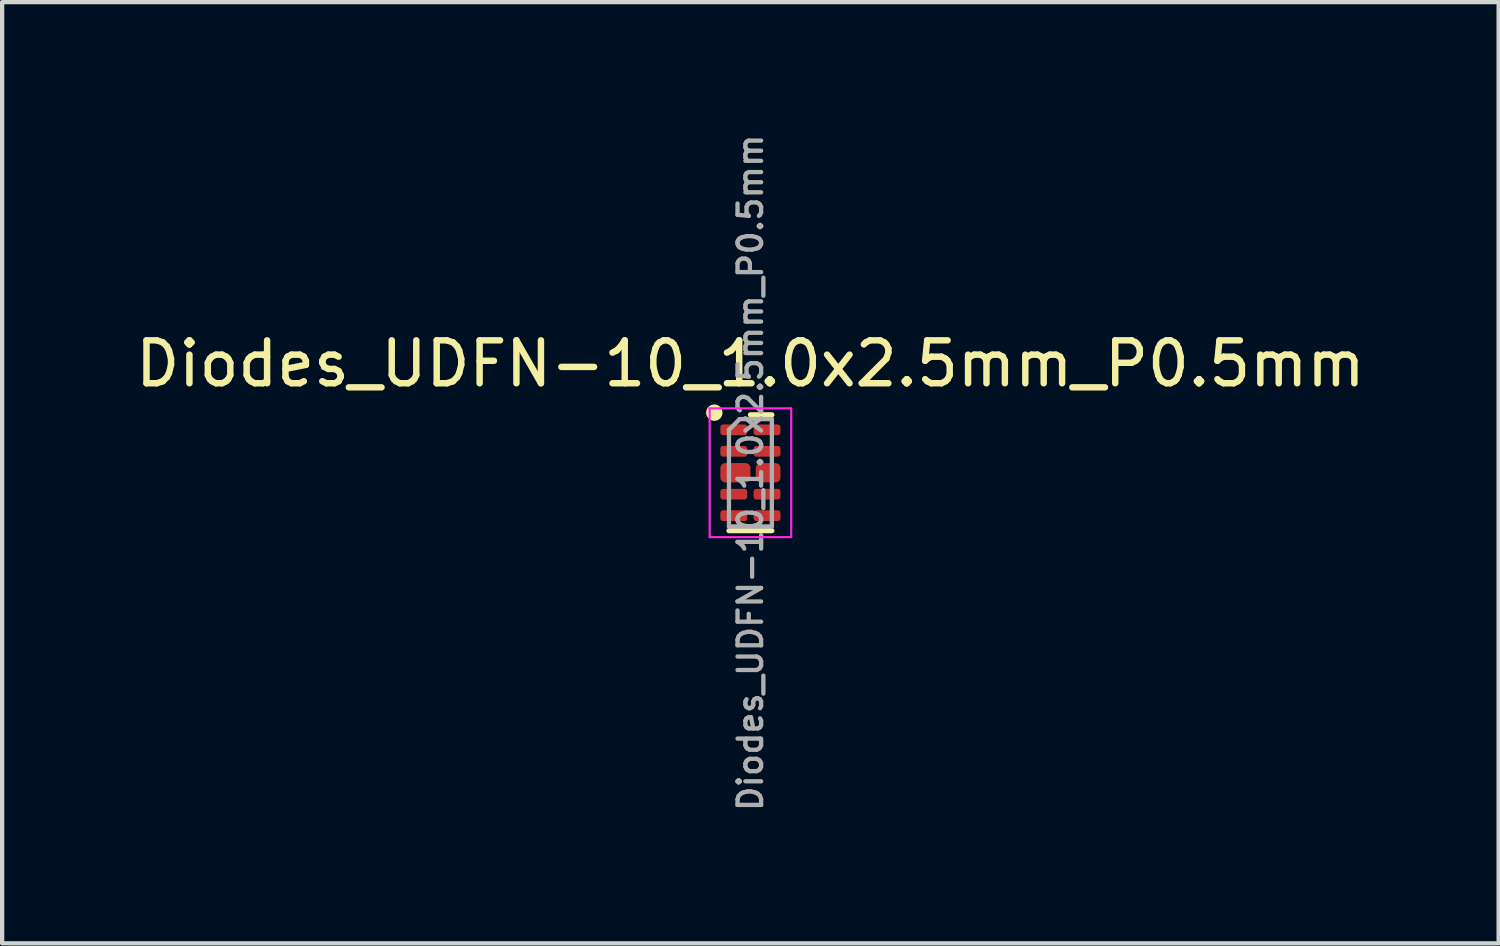
<source format=kicad_pcb>
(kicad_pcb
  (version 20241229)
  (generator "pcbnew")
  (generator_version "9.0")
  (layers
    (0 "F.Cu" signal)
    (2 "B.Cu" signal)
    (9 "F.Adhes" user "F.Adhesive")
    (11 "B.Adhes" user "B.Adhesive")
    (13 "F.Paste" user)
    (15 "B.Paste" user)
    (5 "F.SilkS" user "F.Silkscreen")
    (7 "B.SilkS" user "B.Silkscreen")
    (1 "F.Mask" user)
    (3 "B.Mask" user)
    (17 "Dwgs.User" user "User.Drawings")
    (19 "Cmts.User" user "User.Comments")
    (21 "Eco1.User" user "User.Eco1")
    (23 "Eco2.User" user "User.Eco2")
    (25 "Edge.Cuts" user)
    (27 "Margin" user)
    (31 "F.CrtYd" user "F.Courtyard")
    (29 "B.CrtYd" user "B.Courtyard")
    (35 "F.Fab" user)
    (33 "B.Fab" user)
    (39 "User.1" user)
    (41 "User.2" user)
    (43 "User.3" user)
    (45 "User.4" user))
  (footprint "Diodes_UDFN-10_1.0x2.5mm_P0.5mm"
    (layer "F.Cu")
    (at 14.435 7.965)
    (property "Reference" "Diodes_UDFN-10_1.0x2.5mm_P0.5mm" (at 0 -2.54 0) (layer "F.SilkS") (effects (font (size 1 1) (thickness 0.15))))
    (attr smd)
    (fp_line (start 0.5 -1.35) (end 0 -1.35) (stroke (width 0.12) (type solid)) (layer "F.SilkS"))
    (fp_line (start 0.5 1.35) (end -0.5 1.35) (stroke (width 0.12) (type solid)) (layer "F.SilkS"))
    (fp_circle (center -0.841 -1.4) (end -0.7 -1.4) (stroke (width 0.1) (type solid)) (fill yes) (layer "F.SilkS"))
    (fp_line (start -0.95 -1.5) (end 0.95 -1.5) (stroke (width 0.05) (type solid)) (layer "F.CrtYd"))
    (fp_line (start -0.95 1.5) (end -0.95 -1.5) (stroke (width 0.05) (type solid)) (layer "F.CrtYd"))
    (fp_line (start 0.95 -1.5) (end 0.95 1.5) (stroke (width 0.05) (type solid)) (layer "F.CrtYd"))
    (fp_line (start 0.95 1.5) (end -0.95 1.5) (stroke (width 0.05) (type solid)) (layer "F.CrtYd"))
    (fp_line (start -0.5 -1) (end -0.5 1.25) (stroke (width 0.1) (type solid)) (layer "F.Fab"))
    (fp_line (start -0.5 1.25) (end 0.5 1.25) (stroke (width 0.1) (type solid)) (layer "F.Fab"))
    (fp_line (start -0.25 -1.25) (end -0.5 -1) (stroke (width 0.1) (type solid)) (layer "F.Fab"))
    (fp_line (start 0.5 -1.25) (end -0.25 -1.25) (stroke (width 0.1) (type solid)) (layer "F.Fab"))
    (fp_line (start 0.5 -1.25) (end 0.5 1.25) (stroke (width 0.1) (type solid)) (layer "F.Fab"))
    (fp_text user "${REFERENCE}" (at 0 0 90) (layer "F.Fab") (effects (font (size 0.55 0.55) (thickness 0.1))))
    (pad "1" smd roundrect (at -0.388 -1 270) (size 0.25 0.625) (layers "F.Cu" "F.Mask" "F.Paste") (roundrect_rratio 0.25))
    (pad "2" smd roundrect (at -0.388 -0.5 270) (size 0.25 0.625) (layers "F.Cu" "F.Mask" "F.Paste") (roundrect_rratio 0.25))
    (pad "3" smd roundrect (at -0.35 0 270) (size 0.45 0.7) (layers "F.Cu" "F.Mask" "F.Paste") (roundrect_rratio 0.25))
    (pad "4" smd roundrect (at -0.388 0.5 270) (size 0.25 0.625) (layers "F.Cu" "F.Mask" "F.Paste") (roundrect_rratio 0.25))
    (pad "5" smd roundrect (at -0.388 1 270) (size 0.25 0.625) (layers "F.Cu" "F.Mask" "F.Paste") (roundrect_rratio 0.25))
    (pad "6" smd roundrect (at 0.388 1 270) (size 0.25 0.625) (layers "F.Cu" "F.Mask" "F.Paste") (roundrect_rratio 0.25))
    (pad "7" smd roundrect (at 0.388 0.5 270) (size 0.25 0.625) (layers "F.Cu" "F.Mask" "F.Paste") (roundrect_rratio 0.25))
    (pad "8" smd roundrect (at 0.412 0 270) (size 0.45 0.575) (layers "F.Cu" "F.Mask" "F.Paste") (roundrect_rratio 0.25))
    (pad "9" smd roundrect (at 0.388 -0.5 270) (size 0.25 0.625) (layers "F.Cu" "F.Mask" "F.Paste") (roundrect_rratio 0.25))
    (pad "10" smd roundrect (at 0.388 -1 270) (size 0.25 0.625) (layers "F.Cu" "F.Mask" "F.Paste") (roundrect_rratio 0.25)))
  (gr_rect
    (start -3 -3)
    (end 31.869 18.93)
    (stroke (width 0.1) (type default))
    (fill no)
    (layer "Edge.Cuts")))
</source>
